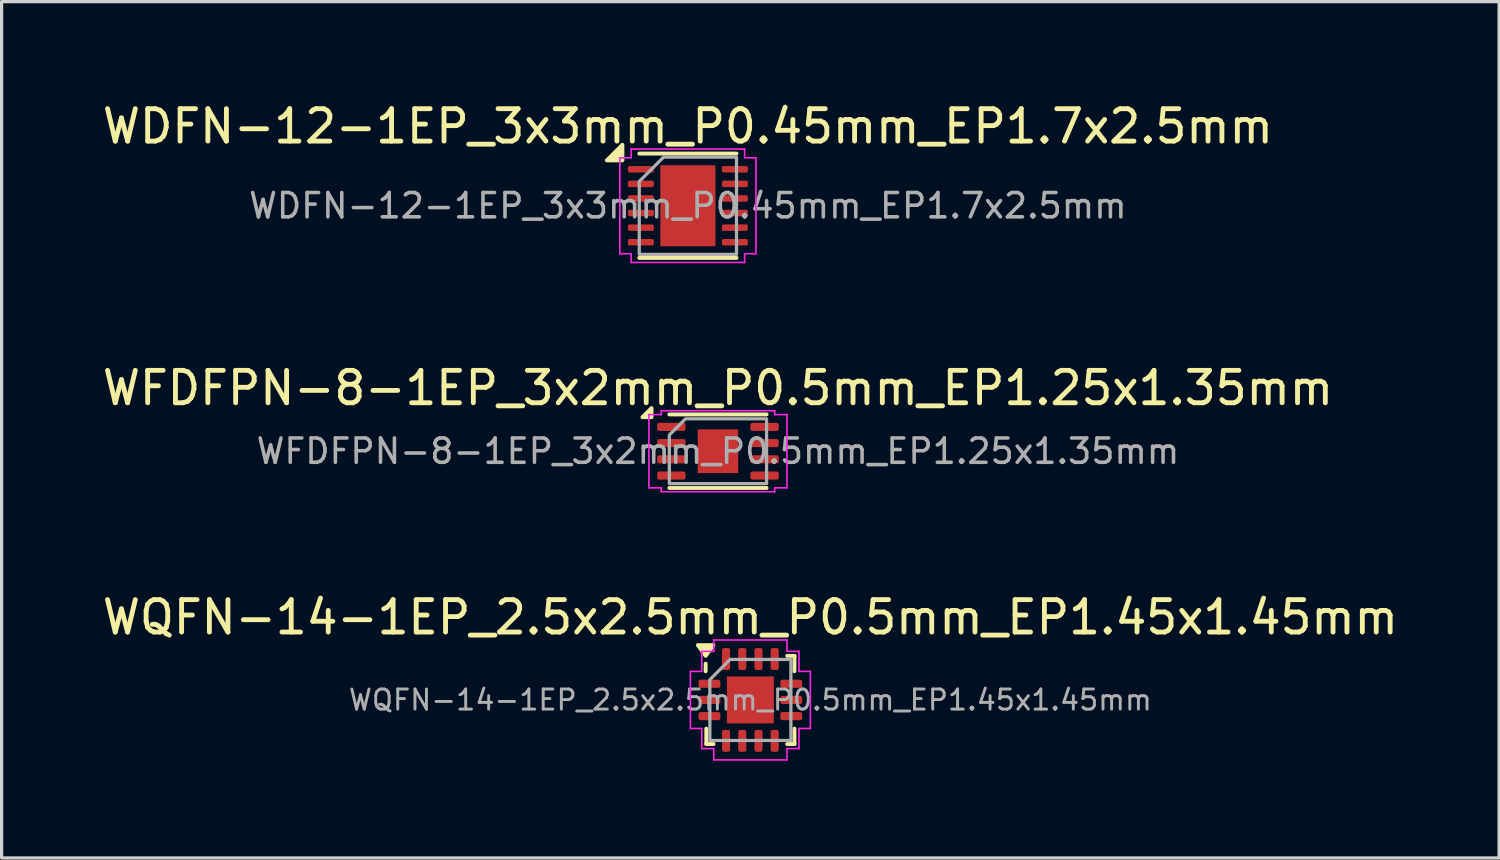
<source format=kicad_pcb>
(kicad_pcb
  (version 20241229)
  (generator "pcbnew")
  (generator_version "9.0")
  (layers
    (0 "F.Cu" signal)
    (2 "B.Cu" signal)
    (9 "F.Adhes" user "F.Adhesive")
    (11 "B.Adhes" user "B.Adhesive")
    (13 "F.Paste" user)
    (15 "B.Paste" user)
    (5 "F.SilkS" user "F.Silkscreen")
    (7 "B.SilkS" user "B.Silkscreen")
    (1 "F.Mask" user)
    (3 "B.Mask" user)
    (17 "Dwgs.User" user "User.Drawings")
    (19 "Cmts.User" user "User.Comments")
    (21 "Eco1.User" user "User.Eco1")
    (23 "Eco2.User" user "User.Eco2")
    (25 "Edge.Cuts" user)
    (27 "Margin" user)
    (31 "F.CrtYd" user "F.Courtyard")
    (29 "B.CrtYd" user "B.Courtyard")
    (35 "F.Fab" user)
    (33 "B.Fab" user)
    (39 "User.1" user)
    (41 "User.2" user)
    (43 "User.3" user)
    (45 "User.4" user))
  (footprint "WFDFPN-8-1EP_3x2mm_P0.5mm_EP1.25x1.35mm"
    (layer "F.Cu")
    (at 19.101 10.871)
    (property "Reference" "WFDFPN-8-1EP_3x2mm_P0.5mm_EP1.25x1.35mm" (at 0 -1.95 0) (layer "F.SilkS") (effects (font (size 1 1) (thickness 0.15))))
    (attr smd)
    (fp_line (start -1.5 -1.135) (end 1.5 -1.135) (stroke (width 0.12) (type solid)) (layer "F.SilkS"))
    (fp_line (start -1.5 1.135) (end 1.5 1.135) (stroke (width 0.12) (type solid)) (layer "F.SilkS"))
    (fp_poly (pts (xy -2.05 -1.05) (xy -2.33 -1.05) (xy -2.05 -1.33)) (stroke (width 0.12) (type solid)) (fill yes) (layer "F.SilkS"))
    (fp_line (start -2.13 -1.13) (end -1.75 -1.13) (stroke (width 0.05) (type solid)) (layer "F.CrtYd"))
    (fp_line (start -2.13 1.13) (end -2.13 -1.13) (stroke (width 0.05) (type solid)) (layer "F.CrtYd"))
    (fp_line (start -1.75 -1.25) (end 1.75 -1.25) (stroke (width 0.05) (type solid)) (layer "F.CrtYd"))
    (fp_line (start -1.75 -1.13) (end -1.75 -1.25) (stroke (width 0.05) (type solid)) (layer "F.CrtYd"))
    (fp_line (start -1.75 1.13) (end -2.13 1.13) (stroke (width 0.05) (type solid)) (layer "F.CrtYd"))
    (fp_line (start -1.75 1.25) (end -1.75 1.13) (stroke (width 0.05) (type solid)) (layer "F.CrtYd"))
    (fp_line (start 1.75 -1.25) (end 1.75 -1.13) (stroke (width 0.05) (type solid)) (layer "F.CrtYd"))
    (fp_line (start 1.75 -1.13) (end 2.13 -1.13) (stroke (width 0.05) (type solid)) (layer "F.CrtYd"))
    (fp_line (start 1.75 1.13) (end 1.75 1.25) (stroke (width 0.05) (type solid)) (layer "F.CrtYd"))
    (fp_line (start 1.75 1.25) (end -1.75 1.25) (stroke (width 0.05) (type solid)) (layer "F.CrtYd"))
    (fp_line (start 2.13 -1.13) (end 2.13 1.13) (stroke (width 0.05) (type solid)) (layer "F.CrtYd"))
    (fp_line (start 2.13 1.13) (end 1.75 1.13) (stroke (width 0.05) (type solid)) (layer "F.CrtYd"))
    (fp_poly (pts (xy -1.5 -0.5) (xy -1.5 1) (xy 1.5 1) (xy 1.5 -1) (xy -1 -1)) (stroke (width 0.1) (type solid)) (fill no) (layer "F.Fab"))
    (fp_text user "${REFERENCE}" (at 0 0 0) (layer "F.Fab") (effects (font (size 0.75 0.75) (thickness 0.11))))
    (pad "" smd roundrect (at 0 0) (size 1.01 1.09) (layers "F.Paste") (roundrect_rratio 0.248))
    (pad "1" smd roundrect (at -1.438 -0.75) (size 0.875 0.25) (layers "F.Cu" "F.Mask" "F.Paste") (roundrect_rratio 0.25))
    (pad "2" smd roundrect (at -1.438 -0.25) (size 0.875 0.25) (layers "F.Cu" "F.Mask" "F.Paste") (roundrect_rratio 0.25))
    (pad "3" smd roundrect (at -1.438 0.25) (size 0.875 0.25) (layers "F.Cu" "F.Mask" "F.Paste") (roundrect_rratio 0.25))
    (pad "4" smd roundrect (at -1.438 0.75) (size 0.875 0.25) (layers "F.Cu" "F.Mask" "F.Paste") (roundrect_rratio 0.25))
    (pad "5" smd roundrect (at 1.438 0.75) (size 0.875 0.25) (layers "F.Cu" "F.Mask" "F.Paste") (roundrect_rratio 0.25))
    (pad "6" smd roundrect (at 1.438 0.25) (size 0.875 0.25) (layers "F.Cu" "F.Mask" "F.Paste") (roundrect_rratio 0.25))
    (pad "7" smd roundrect (at 1.438 -0.25) (size 0.875 0.25) (layers "F.Cu" "F.Mask" "F.Paste") (roundrect_rratio 0.25))
    (pad "8" smd roundrect (at 1.438 -0.75) (size 0.875 0.25) (layers "F.Cu" "F.Mask" "F.Paste") (roundrect_rratio 0.25))
    (pad "9" smd rect (at 0 0) (size 1.25 1.35) (property pad_prop_heatsink) (layers "F.Cu" "F.Mask")))
  (footprint "WQFN-14-1EP_2.5x2.5mm_P0.5mm_EP1.45x1.45mm"
    (layer "F.Cu")
    (at 20.101 18.545)
    (property "Reference" "WQFN-14-1EP_2.5x2.5mm_P0.5mm_EP1.45x1.45mm" (at 0 -2.55 0) (layer "F.SilkS") (effects (font (size 1 1) (thickness 0.15))))
    (attr smd)
    (fp_line (start -1.38 -0.885) (end -1.38 -1.12) (stroke (width 0.12) (type solid)) (layer "F.SilkS"))
    (fp_line (start -1.36 1.36) (end -1.36 0.885) (stroke (width 0.12) (type solid)) (layer "F.SilkS"))
    (fp_line (start -1.135 1.36) (end -1.36 1.36) (stroke (width 0.12) (type solid)) (layer "F.SilkS"))
    (fp_line (start 1.135 -1.36) (end 1.36 -1.36) (stroke (width 0.12) (type solid)) (layer "F.SilkS"))
    (fp_line (start 1.135 1.36) (end 1.36 1.36) (stroke (width 0.12) (type solid)) (layer "F.SilkS"))
    (fp_line (start 1.36 -1.36) (end 1.36 -0.885) (stroke (width 0.12) (type solid)) (layer "F.SilkS"))
    (fp_line (start 1.36 1.36) (end 1.36 0.885) (stroke (width 0.12) (type solid)) (layer "F.SilkS"))
    (fp_poly (pts (xy -1.38 -1.36) (xy -1.62 -1.69) (xy -1.14 -1.69)) (stroke (width 0.12) (type solid)) (fill yes) (layer "F.SilkS"))
    (fp_line (start -1.85 -0.88) (end -1.5 -0.88) (stroke (width 0.05) (type solid)) (layer "F.CrtYd"))
    (fp_line (start -1.85 0.88) (end -1.85 -0.88) (stroke (width 0.05) (type solid)) (layer "F.CrtYd"))
    (fp_line (start -1.5 -1.5) (end -1.13 -1.5) (stroke (width 0.05) (type solid)) (layer "F.CrtYd"))
    (fp_line (start -1.5 -0.88) (end -1.5 -1.5) (stroke (width 0.05) (type solid)) (layer "F.CrtYd"))
    (fp_line (start -1.5 0.88) (end -1.85 0.88) (stroke (width 0.05) (type solid)) (layer "F.CrtYd"))
    (fp_line (start -1.5 1.5) (end -1.5 0.88) (stroke (width 0.05) (type solid)) (layer "F.CrtYd"))
    (fp_line (start -1.13 -1.85) (end 1.13 -1.85) (stroke (width 0.05) (type solid)) (layer "F.CrtYd"))
    (fp_line (start -1.13 -1.5) (end -1.13 -1.85) (stroke (width 0.05) (type solid)) (layer "F.CrtYd"))
    (fp_line (start -1.13 1.5) (end -1.5 1.5) (stroke (width 0.05) (type solid)) (layer "F.CrtYd"))
    (fp_line (start -1.13 1.85) (end -1.13 1.5) (stroke (width 0.05) (type solid)) (layer "F.CrtYd"))
    (fp_line (start 1.13 -1.85) (end 1.13 -1.5) (stroke (width 0.05) (type solid)) (layer "F.CrtYd"))
    (fp_line (start 1.13 -1.5) (end 1.5 -1.5) (stroke (width 0.05) (type solid)) (layer "F.CrtYd"))
    (fp_line (start 1.13 1.5) (end 1.13 1.85) (stroke (width 0.05) (type solid)) (layer "F.CrtYd"))
    (fp_line (start 1.13 1.85) (end -1.13 1.85) (stroke (width 0.05) (type solid)) (layer "F.CrtYd"))
    (fp_line (start 1.5 -1.5) (end 1.5 -0.88) (stroke (width 0.05) (type solid)) (layer "F.CrtYd"))
    (fp_line (start 1.5 -0.88) (end 1.85 -0.88) (stroke (width 0.05) (type solid)) (layer "F.CrtYd"))
    (fp_line (start 1.5 0.88) (end 1.5 1.5) (stroke (width 0.05) (type solid)) (layer "F.CrtYd"))
    (fp_line (start 1.5 1.5) (end 1.13 1.5) (stroke (width 0.05) (type solid)) (layer "F.CrtYd"))
    (fp_line (start 1.85 -0.88) (end 1.85 0.88) (stroke (width 0.05) (type solid)) (layer "F.CrtYd"))
    (fp_line (start 1.85 0.88) (end 1.5 0.88) (stroke (width 0.05) (type solid)) (layer "F.CrtYd"))
    (fp_poly (pts (xy -1.25 -0.625) (xy -1.25 1.25) (xy 1.25 1.25) (xy 1.25 -1.25) (xy -0.625 -1.25)) (stroke (width 0.1) (type solid)) (fill no) (layer "F.Fab"))
    (fp_text user "${REFERENCE}" (at 0 0 0) (layer "F.Fab") (effects (font (size 0.62 0.62) (thickness 0.09))))
    (pad "" smd roundrect (at -0.36 -0.36) (size 0.58 0.58) (layers "F.Paste") (roundrect_rratio 0.25))
    (pad "" smd roundrect (at -0.36 0.36) (size 0.58 0.58) (layers "F.Paste") (roundrect_rratio 0.25))
    (pad "" smd roundrect (at 0.36 -0.36) (size 0.58 0.58) (layers "F.Paste") (roundrect_rratio 0.25))
    (pad "" smd roundrect (at 0.36 0.36) (size 0.58 0.58) (layers "F.Paste") (roundrect_rratio 0.25))
    (pad "1" smd roundrect (at -1.262 -0.5) (size 0.675 0.25) (layers "F.Cu" "F.Mask" "F.Paste") (roundrect_rratio 0.25))
    (pad "2" smd roundrect (at -1.262 0) (size 0.675 0.25) (layers "F.Cu" "F.Mask" "F.Paste") (roundrect_rratio 0.25))
    (pad "3" smd roundrect (at -1.262 0.5) (size 0.675 0.25) (layers "F.Cu" "F.Mask" "F.Paste") (roundrect_rratio 0.25))
    (pad "4" smd roundrect (at -0.75 1.262) (size 0.25 0.675) (layers "F.Cu" "F.Mask" "F.Paste") (roundrect_rratio 0.25))
    (pad "5" smd roundrect (at -0.25 1.262) (size 0.25 0.675) (layers "F.Cu" "F.Mask" "F.Paste") (roundrect_rratio 0.25))
    (pad "6" smd roundrect (at 0.25 1.262) (size 0.25 0.675) (layers "F.Cu" "F.Mask" "F.Paste") (roundrect_rratio 0.25))
    (pad "7" smd roundrect (at 0.75 1.262) (size 0.25 0.675) (layers "F.Cu" "F.Mask" "F.Paste") (roundrect_rratio 0.25))
    (pad "8" smd roundrect (at 1.262 0.5) (size 0.675 0.25) (layers "F.Cu" "F.Mask" "F.Paste") (roundrect_rratio 0.25))
    (pad "9" smd roundrect (at 1.262 0) (size 0.675 0.25) (layers "F.Cu" "F.Mask" "F.Paste") (roundrect_rratio 0.25))
    (pad "10" smd roundrect (at 1.262 -0.5) (size 0.675 0.25) (layers "F.Cu" "F.Mask" "F.Paste") (roundrect_rratio 0.25))
    (pad "11" smd roundrect (at 0.75 -1.262) (size 0.25 0.675) (layers "F.Cu" "F.Mask" "F.Paste") (roundrect_rratio 0.25))
    (pad "12" smd roundrect (at 0.25 -1.262) (size 0.25 0.675) (layers "F.Cu" "F.Mask" "F.Paste") (roundrect_rratio 0.25))
    (pad "13" smd roundrect (at -0.25 -1.262) (size 0.25 0.675) (layers "F.Cu" "F.Mask" "F.Paste") (roundrect_rratio 0.25))
    (pad "14" smd roundrect (at -0.75 -1.262) (size 0.25 0.675) (layers "F.Cu" "F.Mask" "F.Paste") (roundrect_rratio 0.25))
    (pad "15" smd rect (at 0 0) (size 1.45 1.45) (property pad_prop_heatsink) (layers "F.Cu" "F.Mask")))
  (footprint "WDFN-12-1EP_3x3mm_P0.45mm_EP1.7x2.5mm"
    (layer "F.Cu")
    (at 18.173 3.298)
    (property "Reference" "WDFN-12-1EP_3x3mm_P0.45mm_EP1.7x2.5mm" (at 0 -2.45 0) (layer "F.SilkS") (effects (font (size 1 1) (thickness 0.15))))
    (attr smd)
    (fp_line (start -1.5 -1.61) (end 1.5 -1.61) (stroke (width 0.12) (type solid)) (layer "F.SilkS"))
    (fp_line (start -1.5 1.61) (end 1.5 1.61) (stroke (width 0.12) (type solid)) (layer "F.SilkS"))
    (fp_poly (pts (xy -2.02 -1.4) (xy -2.5 -1.4) (xy -2.02 -1.88)) (stroke (width 0.12) (type solid)) (fill yes) (layer "F.SilkS"))
    (fp_line (start -2.1 -1.48) (end -1.75 -1.48) (stroke (width 0.05) (type solid)) (layer "F.CrtYd"))
    (fp_line (start -2.1 1.48) (end -2.1 -1.48) (stroke (width 0.05) (type solid)) (layer "F.CrtYd"))
    (fp_line (start -1.75 -1.75) (end 1.75 -1.75) (stroke (width 0.05) (type solid)) (layer "F.CrtYd"))
    (fp_line (start -1.75 -1.48) (end -1.75 -1.75) (stroke (width 0.05) (type solid)) (layer "F.CrtYd"))
    (fp_line (start -1.75 1.48) (end -2.1 1.48) (stroke (width 0.05) (type solid)) (layer "F.CrtYd"))
    (fp_line (start -1.75 1.75) (end -1.75 1.48) (stroke (width 0.05) (type solid)) (layer "F.CrtYd"))
    (fp_line (start 1.75 -1.75) (end 1.75 -1.48) (stroke (width 0.05) (type solid)) (layer "F.CrtYd"))
    (fp_line (start 1.75 -1.48) (end 2.1 -1.48) (stroke (width 0.05) (type solid)) (layer "F.CrtYd"))
    (fp_line (start 1.75 1.48) (end 1.75 1.75) (stroke (width 0.05) (type solid)) (layer "F.CrtYd"))
    (fp_line (start 1.75 1.75) (end -1.75 1.75) (stroke (width 0.05) (type solid)) (layer "F.CrtYd"))
    (fp_line (start 2.1 -1.48) (end 2.1 1.48) (stroke (width 0.05) (type solid)) (layer "F.CrtYd"))
    (fp_line (start 2.1 1.48) (end 1.75 1.48) (stroke (width 0.05) (type solid)) (layer "F.CrtYd"))
    (fp_poly (pts (xy -1.5 -0.75) (xy -1.5 1.5) (xy 1.5 1.5) (xy 1.5 -1.5) (xy -0.75 -1.5)) (stroke (width 0.1) (type solid)) (fill no) (layer "F.Fab"))
    (fp_text user "${REFERENCE}" (at 0 0 0) (layer "F.Fab") (effects (font (size 0.75 0.75) (thickness 0.11))))
    (pad "" smd roundrect (at -0.425 -0.625) (size 0.69 1.01) (layers "F.Paste") (roundrect_rratio 0.25))
    (pad "" smd roundrect (at -0.425 0.625) (size 0.69 1.01) (layers "F.Paste") (roundrect_rratio 0.25))
    (pad "" smd roundrect (at 0.425 -0.625) (size 0.69 1.01) (layers "F.Paste") (roundrect_rratio 0.25))
    (pad "" smd roundrect (at 0.425 0.625) (size 0.69 1.01) (layers "F.Paste") (roundrect_rratio 0.25))
    (pad "1" smd roundrect (at -1.45 -1.125) (size 0.8 0.2) (layers "F.Cu" "F.Mask" "F.Paste") (roundrect_rratio 0.25))
    (pad "2" smd roundrect (at -1.45 -0.675) (size 0.8 0.2) (layers "F.Cu" "F.Mask" "F.Paste") (roundrect_rratio 0.25))
    (pad "3" smd roundrect (at -1.45 -0.225) (size 0.8 0.2) (layers "F.Cu" "F.Mask" "F.Paste") (roundrect_rratio 0.25))
    (pad "4" smd roundrect (at -1.45 0.225) (size 0.8 0.2) (layers "F.Cu" "F.Mask" "F.Paste") (roundrect_rratio 0.25))
    (pad "5" smd roundrect (at -1.45 0.675) (size 0.8 0.2) (layers "F.Cu" "F.Mask" "F.Paste") (roundrect_rratio 0.25))
    (pad "6" smd roundrect (at -1.45 1.125) (size 0.8 0.2) (layers "F.Cu" "F.Mask" "F.Paste") (roundrect_rratio 0.25))
    (pad "7" smd roundrect (at 1.45 1.125) (size 0.8 0.2) (layers "F.Cu" "F.Mask" "F.Paste") (roundrect_rratio 0.25))
    (pad "8" smd roundrect (at 1.45 0.675) (size 0.8 0.2) (layers "F.Cu" "F.Mask" "F.Paste") (roundrect_rratio 0.25))
    (pad "9" smd roundrect (at 1.45 0.225) (size 0.8 0.2) (layers "F.Cu" "F.Mask" "F.Paste") (roundrect_rratio 0.25))
    (pad "10" smd roundrect (at 1.45 -0.225) (size 0.8 0.2) (layers "F.Cu" "F.Mask" "F.Paste") (roundrect_rratio 0.25))
    (pad "11" smd roundrect (at 1.45 -0.675) (size 0.8 0.2) (layers "F.Cu" "F.Mask" "F.Paste") (roundrect_rratio 0.25))
    (pad "12" smd roundrect (at 1.45 -1.125) (size 0.8 0.2) (layers "F.Cu" "F.Mask" "F.Paste") (roundrect_rratio 0.25))
    (pad "13" smd rect (at 0 0) (size 1.7 2.5) (property pad_prop_heatsink) (layers "F.Cu" "F.Mask")))
  (gr_rect
    (start -3 -3)
    (end 43.202 23.42)
    (stroke (width 0.1) (type default))
    (fill no)
    (layer "Edge.Cuts")))
</source>
